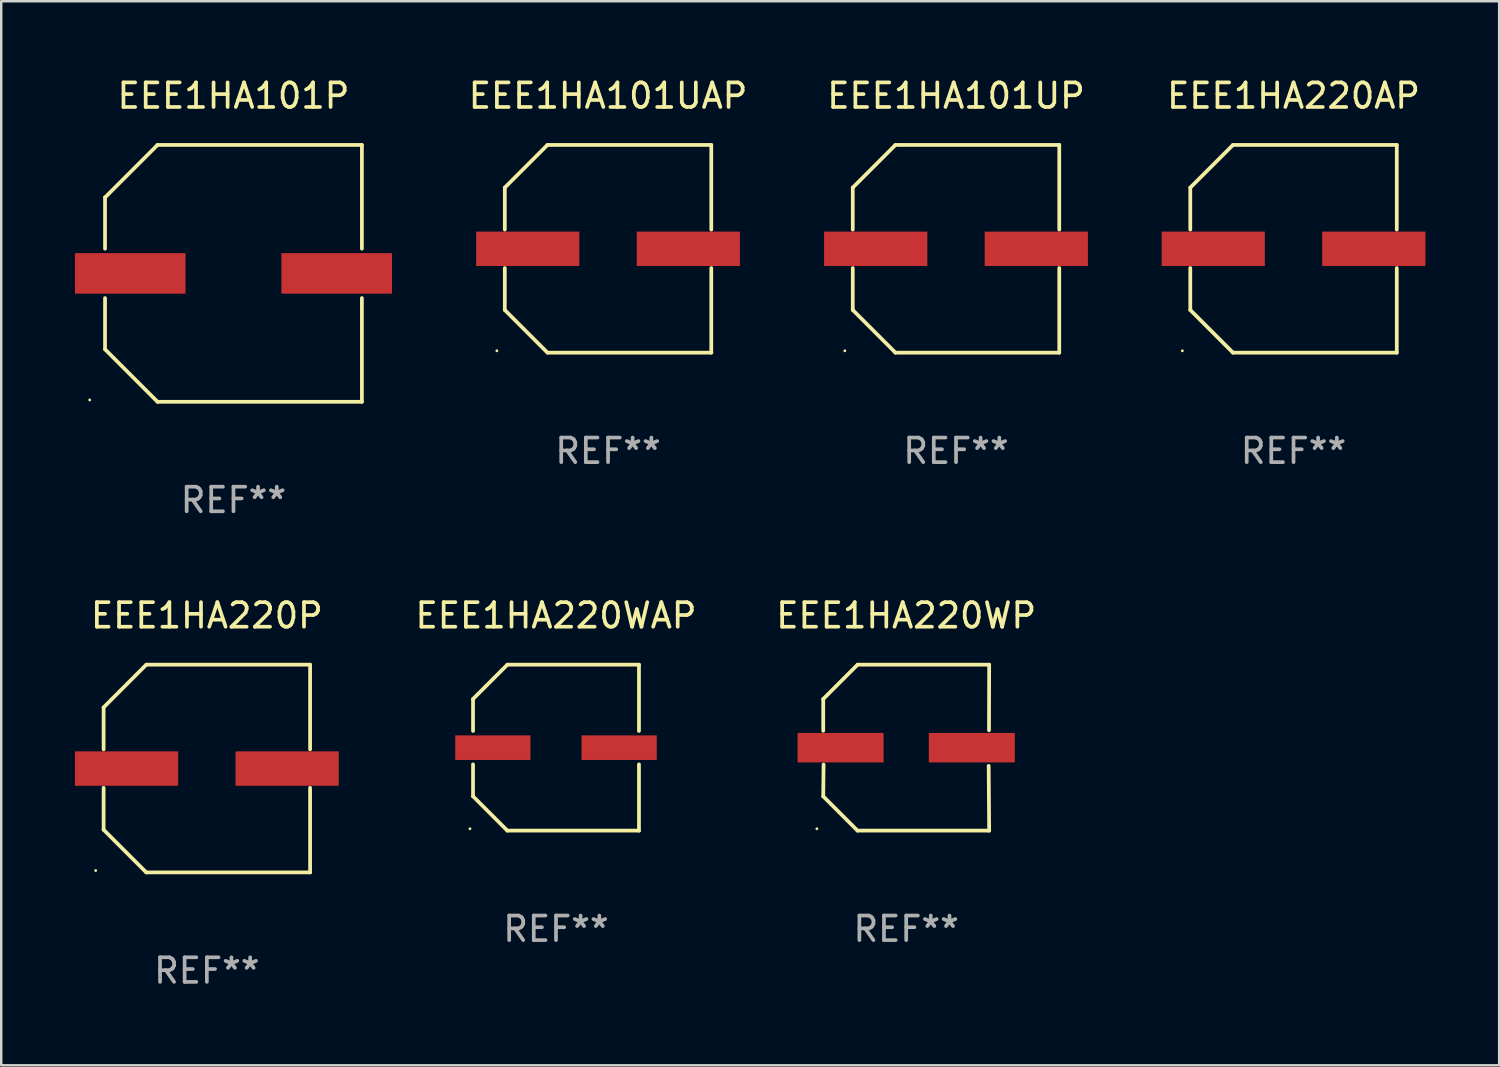
<source format=kicad_pcb>
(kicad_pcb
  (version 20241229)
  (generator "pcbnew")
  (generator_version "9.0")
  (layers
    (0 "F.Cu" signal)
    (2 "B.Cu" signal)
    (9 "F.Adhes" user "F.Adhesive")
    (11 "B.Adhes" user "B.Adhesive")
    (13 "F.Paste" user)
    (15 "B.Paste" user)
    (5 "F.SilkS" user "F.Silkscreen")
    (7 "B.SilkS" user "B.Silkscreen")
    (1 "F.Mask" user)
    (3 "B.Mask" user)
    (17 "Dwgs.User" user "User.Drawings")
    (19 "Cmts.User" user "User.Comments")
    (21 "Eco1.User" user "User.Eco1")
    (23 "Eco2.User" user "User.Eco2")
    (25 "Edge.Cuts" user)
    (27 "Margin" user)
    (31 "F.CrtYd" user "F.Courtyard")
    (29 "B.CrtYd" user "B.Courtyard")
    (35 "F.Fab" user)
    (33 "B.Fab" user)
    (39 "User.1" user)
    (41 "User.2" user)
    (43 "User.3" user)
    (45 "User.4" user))
  (footprint "EEE1HA220WAP"
    (layer "F.Cu")
    (at 19.574 27.373)
    (property "Reference" "EEE1HA220WAP" (at 0 -5.376 0) (layer "F.SilkS") (effects (font (size 1 1) (thickness 0.15))))
    (attr through_hole)
    (fp_line (start -3.376 -1.98) (end -3.376 -0.68) (stroke (width 0.152) (type solid)) (layer "F.SilkS"))
    (fp_line (start -3.376 -1.98) (end -1.98 -3.376) (stroke (width 0.152) (type solid)) (layer "F.SilkS"))
    (fp_line (start -3.376 0.68) (end -3.376 1.98) (stroke (width 0.152) (type solid)) (layer "F.SilkS"))
    (fp_line (start -3.376 1.98) (end -1.98 3.376) (stroke (width 0.152) (type solid)) (layer "F.SilkS"))
    (fp_line (start -1.98 -3.376) (end 3.376 -3.376) (stroke (width 0.152) (type solid)) (layer "F.SilkS"))
    (fp_line (start -1.98 3.376) (end 3.376 3.376) (stroke (width 0.152) (type solid)) (layer "F.SilkS"))
    (fp_line (start 3.376 -3.376) (end 3.376 -0.68) (stroke (width 0.152) (type solid)) (layer "F.SilkS"))
    (fp_line (start 3.376 0.68) (end 3.376 3.376) (stroke (width 0.152) (type solid)) (layer "F.SilkS"))
    (fp_circle (center -3.501 3.3) (end -3.471 3.3) (stroke (width 0.06) (type solid)) (fill no) (layer "F.SilkS"))
    (fp_text user "REF**" (at 0 7.376 0) (layer "F.Fab") (effects (font (size 1 1) (thickness 0.15))))
    (pad "1" smd rect (at -2.57 0.000013) (size 3.06 1) (layers "F.Cu" "F.Mask" "F.Paste"))
    (pad "2" smd rect (at 2.57 0.000013) (size 3.06 1) (layers "F.Cu" "F.Mask" "F.Paste")))
  (footprint "EEE1HA220AP"
    (layer "F.Cu")
    (at 49.585 7.074)
    (property "Reference" "EEE1HA220AP" (at 0 -6.226 0) (layer "F.SilkS") (effects (font (size 1 1) (thickness 0.15))))
    (attr through_hole)
    (fp_line (start -4.201 -2.49) (end -4.201 -0.782) (stroke (width 0.152) (type solid)) (layer "F.SilkS"))
    (fp_line (start -4.201 2.49) (end -4.201 0.782) (stroke (width 0.152) (type solid)) (layer "F.SilkS"))
    (fp_line (start -2.465 -4.226) (end -4.201 -2.49) (stroke (width 0.152) (type solid)) (layer "F.SilkS"))
    (fp_line (start -2.465 4.226) (end -4.201 2.49) (stroke (width 0.152) (type solid)) (layer "F.SilkS"))
    (fp_line (start 4.201 -4.226) (end -2.465 -4.226) (stroke (width 0.152) (type solid)) (layer "F.SilkS"))
    (fp_line (start 4.201 -0.782) (end 4.201 -4.226) (stroke (width 0.152) (type solid)) (layer "F.SilkS"))
    (fp_line (start 4.201 0.782) (end 4.201 4.226) (stroke (width 0.152) (type solid)) (layer "F.SilkS"))
    (fp_line (start 4.201 4.226) (end -2.465 4.226) (stroke (width 0.152) (type solid)) (layer "F.SilkS"))
    (fp_circle (center -4.524 4.15) (end -4.494 4.15) (stroke (width 0.06) (type solid)) (fill no) (layer "F.SilkS"))
    (fp_text user "REF**" (at 0 8.226 0) (layer "F.Fab") (effects (font (size 1 1) (thickness 0.15))))
    (pad "1" smd rect (at -3.267 0) (size 4.2 1.4) (layers "F.Cu" "F.Mask" "F.Paste"))
    (pad "2" smd rect (at 3.267 0) (size 4.2 1.4) (layers "F.Cu" "F.Mask" "F.Paste")))
  (footprint "EEE1HA220WP"
    (layer "F.Cu")
    (at 33.824 27.373)
    (property "Reference" "EEE1HA220WP" (at 0 -5.376 0) (layer "F.SilkS") (effects (font (size 1 1) (thickness 0.15))))
    (attr through_hole)
    (fp_line (start -3.376 -1.98) (end -3.376 -0.686) (stroke (width 0.152) (type solid)) (layer "F.SilkS"))
    (fp_line (start -3.376 1.981) (end -3.362 0.686) (stroke (width 0.152) (type solid)) (layer "F.SilkS"))
    (fp_line (start -1.981 3.376) (end -3.376 1.981) (stroke (width 0.152) (type solid)) (layer "F.SilkS"))
    (fp_line (start -1.98 -3.376) (end -3.376 -1.98) (stroke (width 0.152) (type solid)) (layer "F.SilkS"))
    (fp_line (start 3.356 0.74) (end 3.376 3.376) (stroke (width 0.152) (type solid)) (layer "F.SilkS"))
    (fp_line (start 3.369 -0.707) (end 3.376 -3.376) (stroke (width 0.152) (type solid)) (layer "F.SilkS"))
    (fp_line (start 3.376 3.376) (end -1.981 3.376) (stroke (width 0.152) (type solid)) (layer "F.SilkS"))
    (fp_line (start 3.376 -3.376) (end -1.98 -3.376) (stroke (width 0.152) (type solid)) (layer "F.SilkS"))
    (fp_circle (center -3.634 3.3) (end -3.604 3.3) (stroke (width 0.06) (type solid)) (fill no) (layer "F.SilkS"))
    (fp_text user "REF**" (at 0 7.376 0) (layer "F.Fab") (effects (font (size 1 1) (thickness 0.15))))
    (pad "1" smd rect (at -2.67 0.000254) (size 3.5 1.2) (layers "F.Cu" "F.Mask" "F.Paste"))
    (pad "2" smd rect (at 2.67 0.000254) (size 3.5 1.2) (layers "F.Cu" "F.Mask" "F.Paste")))
  (footprint "EEE1HA101P"
    (layer "F.Cu")
    (at 6.45 8.074)
    (property "Reference" "EEE1HA101P" (at 0 -7.226 0) (layer "F.SilkS") (effects (font (size 1 1) (thickness 0.15))))
    (attr through_hole)
    (fp_line (start -5.226 -3.09) (end -5.226 -1.005) (stroke (width 0.152) (type solid)) (layer "F.SilkS"))
    (fp_line (start -5.226 1.005) (end -5.226 3.09) (stroke (width 0.152) (type solid)) (layer "F.SilkS"))
    (fp_line (start -3.09 -5.226) (end -5.226 -3.09) (stroke (width 0.152) (type solid)) (layer "F.SilkS"))
    (fp_line (start -3.09 5.226) (end -5.226 3.09) (stroke (width 0.152) (type solid)) (layer "F.SilkS"))
    (fp_line (start 5.226 -5.226) (end -3.09 -5.226) (stroke (width 0.152) (type solid)) (layer "F.SilkS"))
    (fp_line (start 5.226 -5.226) (end 5.226 -1.005) (stroke (width 0.152) (type solid)) (layer "F.SilkS"))
    (fp_line (start 5.226 1.005) (end 5.226 5.226) (stroke (width 0.152) (type solid)) (layer "F.SilkS"))
    (fp_line (start 5.226 5.226) (end -3.09 5.226) (stroke (width 0.152) (type solid)) (layer "F.SilkS"))
    (fp_circle (center -5.85 5.15) (end -5.82 5.15) (stroke (width 0.06) (type solid)) (fill no) (layer "F.SilkS"))
    (fp_text user "REF**" (at 0 9.226 0) (layer "F.Fab") (effects (font (size 1 1) (thickness 0.15))))
    (pad "1" smd rect (at -4.2 0.000292) (size 4.5 1.65) (layers "F.Cu" "F.Mask" "F.Paste"))
    (pad "2" smd rect (at 4.2 0.000292) (size 4.5 1.65) (layers "F.Cu" "F.Mask" "F.Paste")))
  (footprint "EEE1HA101UP"
    (layer "F.Cu")
    (at 35.851 7.074)
    (property "Reference" "EEE1HA101UP" (at 0 -6.226 0) (layer "F.SilkS") (effects (font (size 1 1) (thickness 0.15))))
    (attr through_hole)
    (fp_line (start -4.201 -2.49) (end -4.201 -0.782) (stroke (width 0.152) (type solid)) (layer "F.SilkS"))
    (fp_line (start -4.201 2.49) (end -4.201 0.782) (stroke (width 0.152) (type solid)) (layer "F.SilkS"))
    (fp_line (start -2.465 -4.226) (end -4.201 -2.49) (stroke (width 0.152) (type solid)) (layer "F.SilkS"))
    (fp_line (start -2.465 4.226) (end -4.201 2.49) (stroke (width 0.152) (type solid)) (layer "F.SilkS"))
    (fp_line (start 4.201 -4.226) (end -2.465 -4.226) (stroke (width 0.152) (type solid)) (layer "F.SilkS"))
    (fp_line (start 4.201 -0.782) (end 4.201 -4.226) (stroke (width 0.152) (type solid)) (layer "F.SilkS"))
    (fp_line (start 4.201 0.782) (end 4.201 4.226) (stroke (width 0.152) (type solid)) (layer "F.SilkS"))
    (fp_line (start 4.201 4.226) (end -2.465 4.226) (stroke (width 0.152) (type solid)) (layer "F.SilkS"))
    (fp_circle (center -4.524 4.15) (end -4.494 4.15) (stroke (width 0.06) (type solid)) (fill no) (layer "F.SilkS"))
    (fp_text user "REF**" (at 0 8.226 0) (layer "F.Fab") (effects (font (size 1 1) (thickness 0.15))))
    (pad "1" smd rect (at -3.267 0) (size 4.2 1.4) (layers "F.Cu" "F.Mask" "F.Paste"))
    (pad "2" smd rect (at 3.267 0) (size 4.2 1.4) (layers "F.Cu" "F.Mask" "F.Paste")))
  (footprint "EEE1HA101UAP"
    (layer "F.Cu")
    (at 21.692 7.074)
    (property "Reference" "EEE1HA101UAP" (at 0 -6.226 0) (layer "F.SilkS") (effects (font (size 1 1) (thickness 0.15))))
    (attr through_hole)
    (fp_line (start -4.201 -2.49) (end -4.201 -0.782) (stroke (width 0.152) (type solid)) (layer "F.SilkS"))
    (fp_line (start -4.201 2.49) (end -4.201 0.782) (stroke (width 0.152) (type solid)) (layer "F.SilkS"))
    (fp_line (start -2.465 -4.226) (end -4.201 -2.49) (stroke (width 0.152) (type solid)) (layer "F.SilkS"))
    (fp_line (start -2.465 4.226) (end -4.201 2.49) (stroke (width 0.152) (type solid)) (layer "F.SilkS"))
    (fp_line (start 4.201 -4.226) (end -2.465 -4.226) (stroke (width 0.152) (type solid)) (layer "F.SilkS"))
    (fp_line (start 4.201 -0.782) (end 4.201 -4.226) (stroke (width 0.152) (type solid)) (layer "F.SilkS"))
    (fp_line (start 4.201 0.782) (end 4.201 4.226) (stroke (width 0.152) (type solid)) (layer "F.SilkS"))
    (fp_line (start 4.201 4.226) (end -2.465 4.226) (stroke (width 0.152) (type solid)) (layer "F.SilkS"))
    (fp_circle (center -4.524 4.15) (end -4.494 4.15) (stroke (width 0.06) (type solid)) (fill no) (layer "F.SilkS"))
    (fp_text user "REF**" (at 0 8.226 0) (layer "F.Fab") (effects (font (size 1 1) (thickness 0.15))))
    (pad "1" smd rect (at -3.267 0) (size 4.2 1.4) (layers "F.Cu" "F.Mask" "F.Paste"))
    (pad "2" smd rect (at 3.267 0) (size 4.2 1.4) (layers "F.Cu" "F.Mask" "F.Paste")))
  (footprint "EEE1HA220P"
    (layer "F.Cu")
    (at 5.367 28.223)
    (property "Reference" "EEE1HA220P" (at 0 -6.226 0) (layer "F.SilkS") (effects (font (size 1 1) (thickness 0.15))))
    (attr through_hole)
    (fp_line (start -4.201 -2.49) (end -4.201 -0.782) (stroke (width 0.152) (type solid)) (layer "F.SilkS"))
    (fp_line (start -4.201 2.49) (end -4.201 0.782) (stroke (width 0.152) (type solid)) (layer "F.SilkS"))
    (fp_line (start -2.465 -4.226) (end -4.201 -2.49) (stroke (width 0.152) (type solid)) (layer "F.SilkS"))
    (fp_line (start -2.465 4.226) (end -4.201 2.49) (stroke (width 0.152) (type solid)) (layer "F.SilkS"))
    (fp_line (start 4.201 -4.226) (end -2.465 -4.226) (stroke (width 0.152) (type solid)) (layer "F.SilkS"))
    (fp_line (start 4.201 -0.782) (end 4.201 -4.226) (stroke (width 0.152) (type solid)) (layer "F.SilkS"))
    (fp_line (start 4.201 0.782) (end 4.201 4.226) (stroke (width 0.152) (type solid)) (layer "F.SilkS"))
    (fp_line (start 4.201 4.226) (end -2.465 4.226) (stroke (width 0.152) (type solid)) (layer "F.SilkS"))
    (fp_circle (center -4.524 4.15) (end -4.494 4.15) (stroke (width 0.06) (type solid)) (fill no) (layer "F.SilkS"))
    (fp_text user "REF**" (at 0 8.226 0) (layer "F.Fab") (effects (font (size 1 1) (thickness 0.15))))
    (pad "1" smd rect (at -3.267 0) (size 4.2 1.4) (layers "F.Cu" "F.Mask" "F.Paste"))
    (pad "2" smd rect (at 3.267 0) (size 4.2 1.4) (layers "F.Cu" "F.Mask" "F.Paste")))
  (gr_rect
    (start -3 -3)
    (end 57.952 40.298)
    (stroke (width 0.1) (type default))
    (fill no)
    (layer "Edge.Cuts")))
</source>
